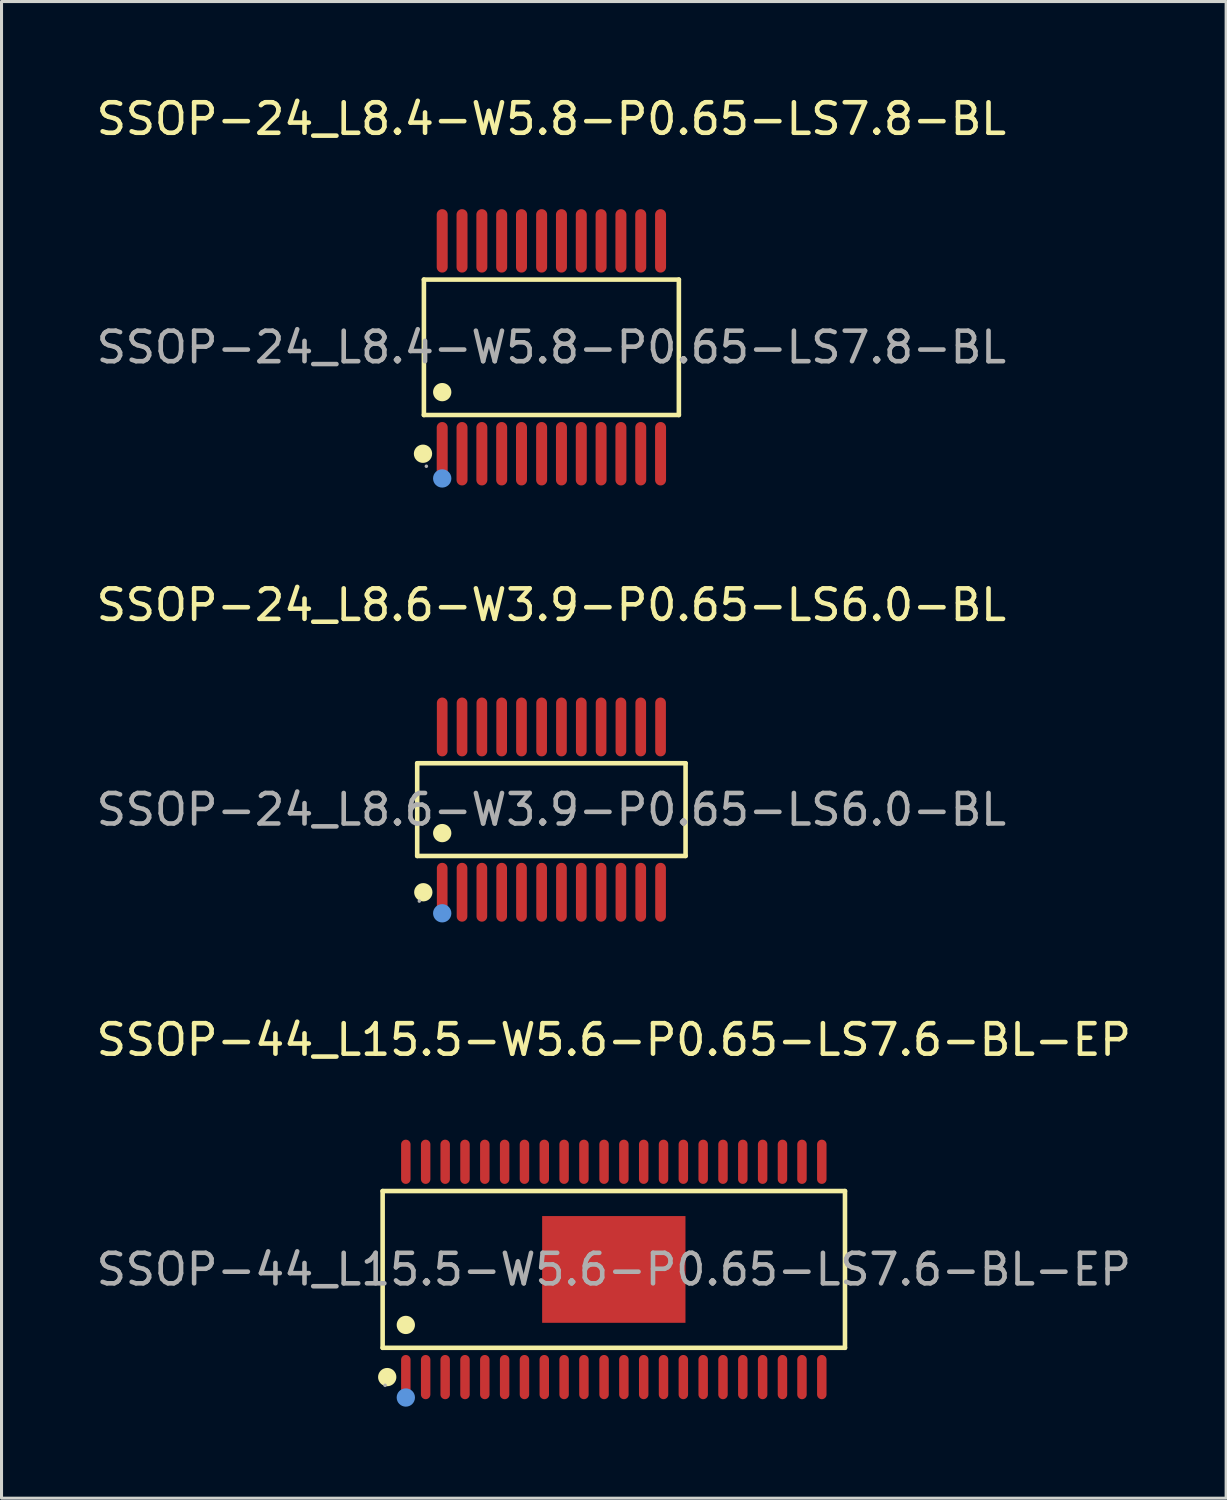
<source format=kicad_pcb>
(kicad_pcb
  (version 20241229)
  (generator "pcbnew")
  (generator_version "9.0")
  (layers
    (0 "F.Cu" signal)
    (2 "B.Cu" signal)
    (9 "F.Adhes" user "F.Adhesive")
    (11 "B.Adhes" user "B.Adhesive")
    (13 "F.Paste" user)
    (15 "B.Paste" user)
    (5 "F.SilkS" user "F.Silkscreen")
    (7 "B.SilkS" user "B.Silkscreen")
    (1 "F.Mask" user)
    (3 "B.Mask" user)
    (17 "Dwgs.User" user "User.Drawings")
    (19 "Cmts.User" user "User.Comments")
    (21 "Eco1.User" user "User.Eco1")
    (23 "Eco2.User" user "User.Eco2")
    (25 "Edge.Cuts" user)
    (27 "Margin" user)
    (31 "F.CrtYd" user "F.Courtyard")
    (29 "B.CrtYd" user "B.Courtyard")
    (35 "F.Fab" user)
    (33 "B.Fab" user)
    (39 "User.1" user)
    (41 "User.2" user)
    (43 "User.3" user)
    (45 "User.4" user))
  (footprint "SSOP-44_L15.5-W5.6-P0.65-LS7.6-BL-EP"
    (layer "F.Cu")
    (at 17.077 38.575)
    (property "Reference" "SSOP-44_L15.5-W5.6-P0.65-LS7.6-BL-EP" (at 0 -7.53 0) (layer "F.SilkS") (effects (font (size 1 1) (thickness 0.15))))
    (attr through_hole)
    (fp_line (start -7.58 -2.57) (end 7.58 -2.57) (stroke (width 0.15) (type solid)) (layer "F.SilkS"))
    (fp_line (start -7.58 2.57) (end -7.58 -2.57) (stroke (width 0.15) (type solid)) (layer "F.SilkS"))
    (fp_line (start 7.58 -2.57) (end 7.58 2.57) (stroke (width 0.15) (type solid)) (layer "F.SilkS"))
    (fp_line (start 7.58 2.57) (end -7.58 2.57) (stroke (width 0.15) (type solid)) (layer "F.SilkS"))
    (fp_circle (center -7.43 3.53) (end -7.28 3.53) (stroke (width 0.3) (type solid)) (fill no) (layer "F.SilkS"))
    (fp_circle (center -6.82 1.82) (end -6.67 1.82) (stroke (width 0.3) (type solid)) (fill no) (layer "F.SilkS"))
    (fp_circle (center -6.82 4.2) (end -6.67 4.2) (stroke (width 0.3) (type solid)) (fill no) (layer "Cmts.User"))
    (fp_circle (center -7.5 3.8) (end -7.47 3.8) (stroke (width 0.06) (type solid)) (fill no) (layer "F.Fab"))
    (fp_text user "${REFERENCE}" (at 0 0 0) (layer "F.Fab") (effects (font (size 1 1) (thickness 0.15))))
    (pad "1" smd oval (at -6.82 3.53) (size 0.31 1.45) (layers "F.Cu" "F.Mask" "F.Paste"))
    (pad "2" smd oval (at -6.17 3.53) (size 0.31 1.45) (layers "F.Cu" "F.Mask" "F.Paste"))
    (pad "3" smd oval (at -5.53 3.53) (size 0.31 1.45) (layers "F.Cu" "F.Mask" "F.Paste"))
    (pad "4" smd oval (at -4.88 3.53) (size 0.31 1.45) (layers "F.Cu" "F.Mask" "F.Paste"))
    (pad "5" smd oval (at -4.23 3.53) (size 0.31 1.45) (layers "F.Cu" "F.Mask" "F.Paste"))
    (pad "6" smd oval (at -3.58 3.53) (size 0.31 1.45) (layers "F.Cu" "F.Mask" "F.Paste"))
    (pad "7" smd oval (at -2.93 3.53) (size 0.31 1.45) (layers "F.Cu" "F.Mask" "F.Paste"))
    (pad "8" smd oval (at -2.28 3.53) (size 0.31 1.45) (layers "F.Cu" "F.Mask" "F.Paste"))
    (pad "9" smd oval (at -1.63 3.53) (size 0.31 1.45) (layers "F.Cu" "F.Mask" "F.Paste"))
    (pad "10" smd oval (at -0.98 3.53) (size 0.31 1.45) (layers "F.Cu" "F.Mask" "F.Paste"))
    (pad "11" smd oval (at -0.32 3.53) (size 0.31 1.45) (layers "F.Cu" "F.Mask" "F.Paste"))
    (pad "12" smd oval (at 0.33 3.53) (size 0.31 1.45) (layers "F.Cu" "F.Mask" "F.Paste"))
    (pad "13" smd oval (at 0.98 3.53) (size 0.31 1.45) (layers "F.Cu" "F.Mask" "F.Paste"))
    (pad "14" smd oval (at 1.63 3.53) (size 0.31 1.45) (layers "F.Cu" "F.Mask" "F.Paste"))
    (pad "15" smd oval (at 2.28 3.53) (size 0.31 1.45) (layers "F.Cu" "F.Mask" "F.Paste"))
    (pad "16" smd oval (at 2.93 3.53) (size 0.31 1.45) (layers "F.Cu" "F.Mask" "F.Paste"))
    (pad "17" smd oval (at 3.58 3.53) (size 0.31 1.45) (layers "F.Cu" "F.Mask" "F.Paste"))
    (pad "18" smd oval (at 4.23 3.53) (size 0.31 1.45) (layers "F.Cu" "F.Mask" "F.Paste"))
    (pad "19" smd oval (at 4.88 3.53) (size 0.31 1.45) (layers "F.Cu" "F.Mask" "F.Paste"))
    (pad "20" smd oval (at 5.53 3.53) (size 0.31 1.45) (layers "F.Cu" "F.Mask" "F.Paste"))
    (pad "21" smd oval (at 6.17 3.53) (size 0.31 1.45) (layers "F.Cu" "F.Mask" "F.Paste"))
    (pad "22" smd oval (at 6.82 3.53) (size 0.31 1.45) (layers "F.Cu" "F.Mask" "F.Paste"))
    (pad "23" smd oval (at 6.82 -3.53) (size 0.31 1.45) (layers "F.Cu" "F.Mask" "F.Paste"))
    (pad "24" smd oval (at 6.17 -3.53) (size 0.31 1.45) (layers "F.Cu" "F.Mask" "F.Paste"))
    (pad "25" smd oval (at 5.53 -3.53) (size 0.31 1.45) (layers "F.Cu" "F.Mask" "F.Paste"))
    (pad "26" smd oval (at 4.88 -3.53) (size 0.31 1.45) (layers "F.Cu" "F.Mask" "F.Paste"))
    (pad "27" smd oval (at 4.23 -3.53) (size 0.31 1.45) (layers "F.Cu" "F.Mask" "F.Paste"))
    (pad "28" smd oval (at 3.58 -3.53) (size 0.31 1.45) (layers "F.Cu" "F.Mask" "F.Paste"))
    (pad "29" smd oval (at 2.93 -3.53) (size 0.31 1.45) (layers "F.Cu" "F.Mask" "F.Paste"))
    (pad "30" smd oval (at 2.28 -3.53) (size 0.31 1.45) (layers "F.Cu" "F.Mask" "F.Paste"))
    (pad "31" smd oval (at 1.63 -3.53) (size 0.31 1.45) (layers "F.Cu" "F.Mask" "F.Paste"))
    (pad "32" smd oval (at 0.98 -3.53) (size 0.31 1.45) (layers "F.Cu" "F.Mask" "F.Paste"))
    (pad "33" smd oval (at 0.33 -3.53) (size 0.31 1.45) (layers "F.Cu" "F.Mask" "F.Paste"))
    (pad "34" smd oval (at -0.32 -3.53) (size 0.31 1.45) (layers "F.Cu" "F.Mask" "F.Paste"))
    (pad "35" smd oval (at -0.98 -3.53) (size 0.31 1.45) (layers "F.Cu" "F.Mask" "F.Paste"))
    (pad "36" smd oval (at -1.63 -3.53) (size 0.31 1.45) (layers "F.Cu" "F.Mask" "F.Paste"))
    (pad "37" smd oval (at -2.28 -3.53) (size 0.31 1.45) (layers "F.Cu" "F.Mask" "F.Paste"))
    (pad "38" smd oval (at -2.93 -3.53) (size 0.31 1.45) (layers "F.Cu" "F.Mask" "F.Paste"))
    (pad "39" smd oval (at -3.58 -3.53) (size 0.31 1.45) (layers "F.Cu" "F.Mask" "F.Paste"))
    (pad "40" smd oval (at -4.23 -3.53) (size 0.31 1.45) (layers "F.Cu" "F.Mask" "F.Paste"))
    (pad "41" smd oval (at -4.88 -3.53) (size 0.31 1.45) (layers "F.Cu" "F.Mask" "F.Paste"))
    (pad "42" smd oval (at -5.53 -3.53) (size 0.31 1.45) (layers "F.Cu" "F.Mask" "F.Paste"))
    (pad "43" smd oval (at -6.17 -3.53) (size 0.31 1.45) (layers "F.Cu" "F.Mask" "F.Paste"))
    (pad "44" smd oval (at -6.82 -3.53) (size 0.31 1.45) (layers "F.Cu" "F.Mask" "F.Paste"))
    (pad "45" smd rect (at 0 0) (size 4.7 3.5) (layers "F.Cu" "F.Mask" "F.Paste")))
  (footprint "SSOP-24_L8.6-W3.9-P0.65-LS6.0-BL"
    (layer "F.Cu")
    (at 15.03 23.497)
    (property "Reference" "SSOP-24_L8.6-W3.9-P0.65-LS6.0-BL" (at 0 -6.71 0) (layer "F.SilkS") (effects (font (size 1 1) (thickness 0.15))))
    (attr through_hole)
    (fp_line (start -4.4 -1.52) (end 4.4 -1.52) (stroke (width 0.15) (type solid)) (layer "F.SilkS"))
    (fp_line (start -4.4 1.52) (end -4.4 -1.52) (stroke (width 0.15) (type solid)) (layer "F.SilkS"))
    (fp_line (start 4.4 -1.52) (end 4.4 1.52) (stroke (width 0.15) (type solid)) (layer "F.SilkS"))
    (fp_line (start 4.4 1.52) (end -4.4 1.52) (stroke (width 0.15) (type solid)) (layer "F.SilkS"))
    (fp_circle (center -4.2 2.71) (end -4.05 2.71) (stroke (width 0.3) (type solid)) (fill no) (layer "F.SilkS"))
    (fp_circle (center -3.58 0.77) (end -3.43 0.77) (stroke (width 0.3) (type solid)) (fill no) (layer "F.SilkS"))
    (fp_circle (center -3.58 3.4) (end -3.43 3.4) (stroke (width 0.3) (type solid)) (fill no) (layer "Cmts.User"))
    (fp_circle (center -4.33 3) (end -4.3 3) (stroke (width 0.06) (type solid)) (fill no) (layer "F.Fab"))
    (fp_text user "${REFERENCE}" (at 0 0 0) (layer "F.Fab") (effects (font (size 1 1) (thickness 0.15))))
    (pad "1" smd oval (at -3.58 2.71) (size 0.35 1.93) (layers "F.Cu" "F.Mask" "F.Paste"))
    (pad "2" smd oval (at -2.93 2.71) (size 0.35 1.93) (layers "F.Cu" "F.Mask" "F.Paste"))
    (pad "3" smd oval (at -2.28 2.71) (size 0.35 1.93) (layers "F.Cu" "F.Mask" "F.Paste"))
    (pad "4" smd oval (at -1.63 2.71) (size 0.35 1.93) (layers "F.Cu" "F.Mask" "F.Paste"))
    (pad "5" smd oval (at -0.98 2.71) (size 0.35 1.93) (layers "F.Cu" "F.Mask" "F.Paste"))
    (pad "6" smd oval (at -0.32 2.71) (size 0.35 1.93) (layers "F.Cu" "F.Mask" "F.Paste"))
    (pad "7" smd oval (at 0.33 2.71) (size 0.35 1.93) (layers "F.Cu" "F.Mask" "F.Paste"))
    (pad "8" smd oval (at 0.98 2.71) (size 0.35 1.93) (layers "F.Cu" "F.Mask" "F.Paste"))
    (pad "9" smd oval (at 1.63 2.71) (size 0.35 1.93) (layers "F.Cu" "F.Mask" "F.Paste"))
    (pad "10" smd oval (at 2.28 2.71) (size 0.35 1.93) (layers "F.Cu" "F.Mask" "F.Paste"))
    (pad "11" smd oval (at 2.93 2.71) (size 0.35 1.93) (layers "F.Cu" "F.Mask" "F.Paste"))
    (pad "12" smd oval (at 3.58 2.71) (size 0.35 1.93) (layers "F.Cu" "F.Mask" "F.Paste"))
    (pad "13" smd oval (at 3.58 -2.71) (size 0.35 1.93) (layers "F.Cu" "F.Mask" "F.Paste"))
    (pad "14" smd oval (at 2.93 -2.71) (size 0.35 1.93) (layers "F.Cu" "F.Mask" "F.Paste"))
    (pad "15" smd oval (at 2.28 -2.71) (size 0.35 1.93) (layers "F.Cu" "F.Mask" "F.Paste"))
    (pad "16" smd oval (at 1.63 -2.71) (size 0.35 1.93) (layers "F.Cu" "F.Mask" "F.Paste"))
    (pad "17" smd oval (at 0.98 -2.71) (size 0.35 1.93) (layers "F.Cu" "F.Mask" "F.Paste"))
    (pad "18" smd oval (at 0.33 -2.71) (size 0.35 1.93) (layers "F.Cu" "F.Mask" "F.Paste"))
    (pad "19" smd oval (at -0.32 -2.71) (size 0.35 1.93) (layers "F.Cu" "F.Mask" "F.Paste"))
    (pad "20" smd oval (at -0.98 -2.71) (size 0.35 1.93) (layers "F.Cu" "F.Mask" "F.Paste"))
    (pad "21" smd oval (at -1.63 -2.71) (size 0.35 1.93) (layers "F.Cu" "F.Mask" "F.Paste"))
    (pad "22" smd oval (at -2.28 -2.71) (size 0.35 1.93) (layers "F.Cu" "F.Mask" "F.Paste"))
    (pad "23" smd oval (at -2.93 -2.71) (size 0.35 1.93) (layers "F.Cu" "F.Mask" "F.Paste"))
    (pad "24" smd oval (at -3.58 -2.71) (size 0.35 1.93) (layers "F.Cu" "F.Mask" "F.Paste")))
  (footprint "SSOP-24_L8.4-W5.8-P0.65-LS7.8-BL"
    (layer "F.Cu")
    (at 15.03 8.338)
    (property "Reference" "SSOP-24_L8.4-W5.8-P0.65-LS7.8-BL" (at 0 -7.49 0) (layer "F.SilkS") (effects (font (size 1 1) (thickness 0.15))))
    (attr through_hole)
    (fp_line (start -4.18 -2.22) (end 4.18 -2.22) (stroke (width 0.15) (type solid)) (layer "F.SilkS"))
    (fp_line (start -4.18 2.22) (end -4.18 -2.22) (stroke (width 0.15) (type solid)) (layer "F.SilkS"))
    (fp_line (start 4.18 -2.22) (end 4.18 2.22) (stroke (width 0.15) (type solid)) (layer "F.SilkS"))
    (fp_line (start 4.18 2.22) (end -4.18 2.22) (stroke (width 0.15) (type solid)) (layer "F.SilkS"))
    (fp_circle (center -4.21 3.49) (end -4.06 3.49) (stroke (width 0.3) (type solid)) (fill no) (layer "F.SilkS"))
    (fp_circle (center -3.58 1.47) (end -3.43 1.47) (stroke (width 0.3) (type solid)) (fill no) (layer "F.SilkS"))
    (fp_circle (center -3.58 4.3) (end -3.43 4.3) (stroke (width 0.3) (type solid)) (fill no) (layer "Cmts.User"))
    (fp_circle (center -4.1 3.9) (end -4.07 3.9) (stroke (width 0.06) (type solid)) (fill no) (layer "F.Fab"))
    (fp_text user "${REFERENCE}" (at 0 0 0) (layer "F.Fab") (effects (font (size 1 1) (thickness 0.15))))
    (pad "1" smd oval (at -3.58 3.49) (size 0.36 2.08) (layers "F.Cu" "F.Mask" "F.Paste"))
    (pad "2" smd oval (at -2.93 3.49) (size 0.36 2.08) (layers "F.Cu" "F.Mask" "F.Paste"))
    (pad "3" smd oval (at -2.28 3.49) (size 0.36 2.08) (layers "F.Cu" "F.Mask" "F.Paste"))
    (pad "4" smd oval (at -1.63 3.49) (size 0.36 2.08) (layers "F.Cu" "F.Mask" "F.Paste"))
    (pad "5" smd oval (at -0.98 3.49) (size 0.36 2.08) (layers "F.Cu" "F.Mask" "F.Paste"))
    (pad "6" smd oval (at -0.32 3.49) (size 0.36 2.08) (layers "F.Cu" "F.Mask" "F.Paste"))
    (pad "7" smd oval (at 0.33 3.49) (size 0.36 2.08) (layers "F.Cu" "F.Mask" "F.Paste"))
    (pad "8" smd oval (at 0.98 3.49) (size 0.36 2.08) (layers "F.Cu" "F.Mask" "F.Paste"))
    (pad "9" smd oval (at 1.63 3.49) (size 0.36 2.08) (layers "F.Cu" "F.Mask" "F.Paste"))
    (pad "10" smd oval (at 2.28 3.49) (size 0.36 2.08) (layers "F.Cu" "F.Mask" "F.Paste"))
    (pad "11" smd oval (at 2.93 3.49) (size 0.36 2.08) (layers "F.Cu" "F.Mask" "F.Paste"))
    (pad "12" smd oval (at 3.58 3.49) (size 0.36 2.08) (layers "F.Cu" "F.Mask" "F.Paste"))
    (pad "13" smd oval (at 3.58 -3.49) (size 0.36 2.08) (layers "F.Cu" "F.Mask" "F.Paste"))
    (pad "14" smd oval (at 2.93 -3.49) (size 0.36 2.08) (layers "F.Cu" "F.Mask" "F.Paste"))
    (pad "15" smd oval (at 2.28 -3.49) (size 0.36 2.08) (layers "F.Cu" "F.Mask" "F.Paste"))
    (pad "16" smd oval (at 1.63 -3.49) (size 0.36 2.08) (layers "F.Cu" "F.Mask" "F.Paste"))
    (pad "17" smd oval (at 0.98 -3.49) (size 0.36 2.08) (layers "F.Cu" "F.Mask" "F.Paste"))
    (pad "18" smd oval (at 0.33 -3.49) (size 0.36 2.08) (layers "F.Cu" "F.Mask" "F.Paste"))
    (pad "19" smd oval (at -0.32 -3.49) (size 0.36 2.08) (layers "F.Cu" "F.Mask" "F.Paste"))
    (pad "20" smd oval (at -0.98 -3.49) (size 0.36 2.08) (layers "F.Cu" "F.Mask" "F.Paste"))
    (pad "21" smd oval (at -1.63 -3.49) (size 0.36 2.08) (layers "F.Cu" "F.Mask" "F.Paste"))
    (pad "22" smd oval (at -2.28 -3.49) (size 0.36 2.08) (layers "F.Cu" "F.Mask" "F.Paste"))
    (pad "23" smd oval (at -2.93 -3.49) (size 0.36 2.08) (layers "F.Cu" "F.Mask" "F.Paste"))
    (pad "24" smd oval (at -3.58 -3.49) (size 0.36 2.08) (layers "F.Cu" "F.Mask" "F.Paste")))
  (gr_rect
    (start -3 -3)
    (end 37.155 46.075)
    (stroke (width 0.1) (type default))
    (fill no)
    (layer "Edge.Cuts")))
</source>
